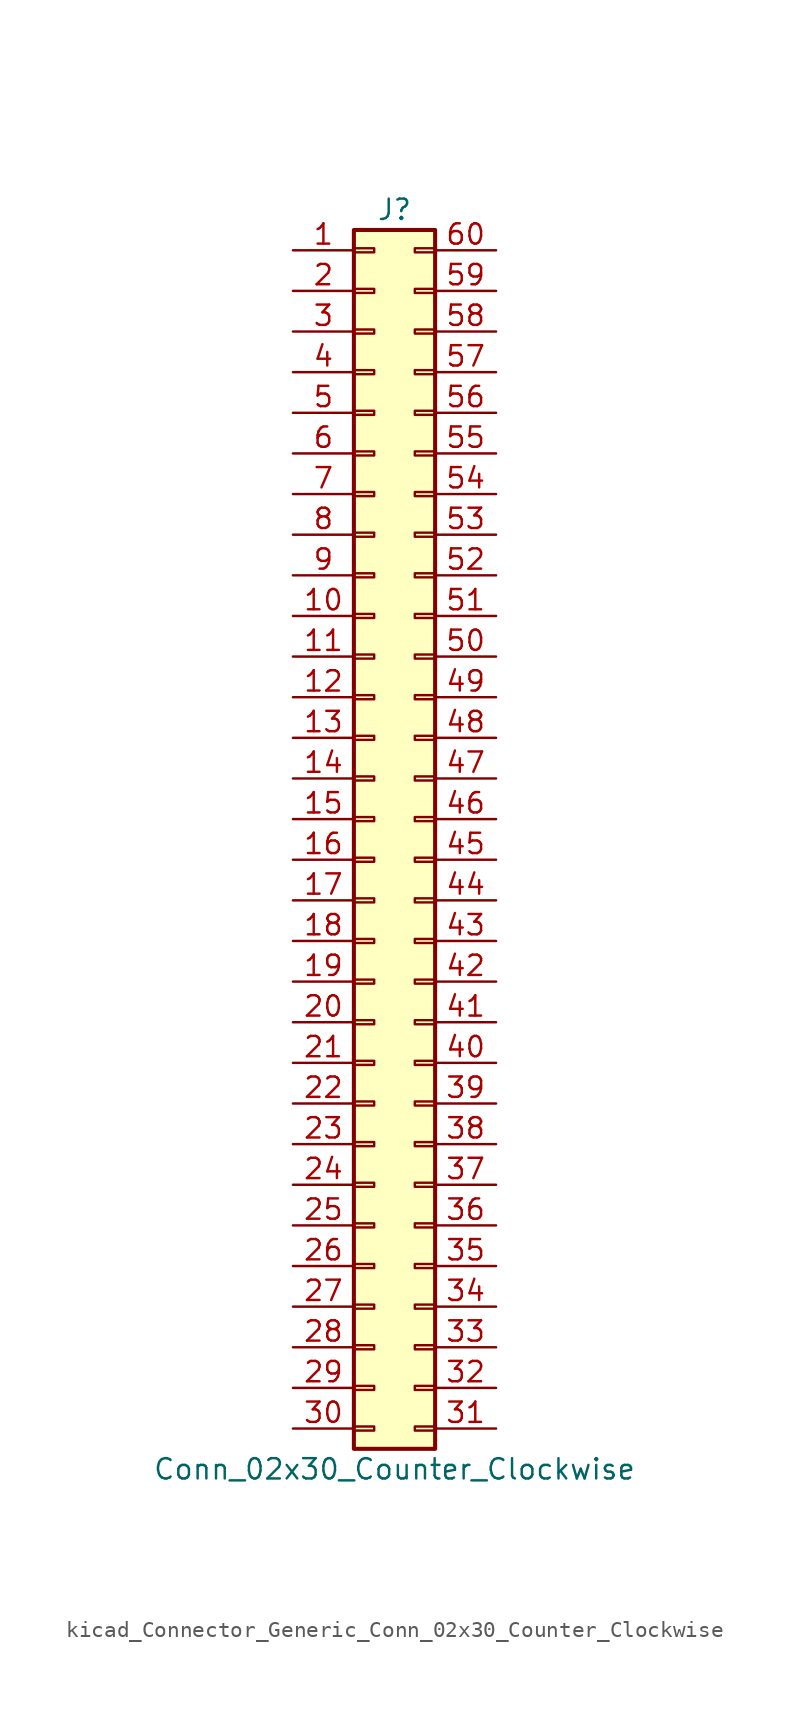
<source format=kicad_sym>
(kicad_symbol_lib
  (version 20220914)
  (generator kicad_symbol_editor)
  (symbol "kicad_Connector_Generic_Conn_02x30_Counter_Clockwise"
    (pin_names
      (offset 1.016) hide)
    (property "Reference" "J"
      (at 1.27 38.1 0)
      (effects (font (size 1.27 1.27))))
    (property "Value" "Conn_02x30_Counter_Clockwise"
      (at 1.27 -40.64 0)
      (effects (font (size 1.27 1.27))))
    (symbol "kicad_Connector_Generic_Conn_02x30_Counter_Clockwise_1_1"
      (rectangle (start -1.27 -37.973) (end 0 -38.227) (stroke (width 0.152) (type default)) (fill (type none)))
      (rectangle (start -1.27 -35.433) (end 0 -35.687) (stroke (width 0.152) (type default)) (fill (type none)))
      (rectangle (start -1.27 -32.893) (end 0 -33.147) (stroke (width 0.152) (type default)) (fill (type none)))
      (rectangle (start -1.27 -30.353) (end 0 -30.607) (stroke (width 0.152) (type default)) (fill (type none)))
      (rectangle (start -1.27 -27.813) (end 0 -28.067) (stroke (width 0.152) (type default)) (fill (type none)))
      (rectangle (start -1.27 -25.273) (end 0 -25.527) (stroke (width 0.152) (type default)) (fill (type none)))
      (rectangle (start -1.27 -22.733) (end 0 -22.987) (stroke (width 0.152) (type default)) (fill (type none)))
      (rectangle (start -1.27 -20.193) (end 0 -20.447) (stroke (width 0.152) (type default)) (fill (type none)))
      (rectangle (start -1.27 -17.653) (end 0 -17.907) (stroke (width 0.152) (type default)) (fill (type none)))
      (rectangle (start -1.27 -15.113) (end 0 -15.367) (stroke (width 0.152) (type default)) (fill (type none)))
      (rectangle (start -1.27 -12.573) (end 0 -12.827) (stroke (width 0.152) (type default)) (fill (type none)))
      (rectangle (start -1.27 -10.033) (end 0 -10.287) (stroke (width 0.152) (type default)) (fill (type none)))
      (rectangle (start -1.27 -7.493) (end 0 -7.747) (stroke (width 0.152) (type default)) (fill (type none)))
      (rectangle (start -1.27 -4.953) (end 0 -5.207) (stroke (width 0.152) (type default)) (fill (type none)))
      (rectangle (start -1.27 -2.413) (end 0 -2.667) (stroke (width 0.152) (type default)) (fill (type none)))
      (rectangle (start -1.27 0.127) (end 0 -0.127) (stroke (width 0.152) (type default)) (fill (type none)))
      (rectangle (start -1.27 2.667) (end 0 2.413) (stroke (width 0.152) (type default)) (fill (type none)))
      (rectangle (start -1.27 5.207) (end 0 4.953) (stroke (width 0.152) (type default)) (fill (type none)))
      (rectangle (start -1.27 7.747) (end 0 7.493) (stroke (width 0.152) (type default)) (fill (type none)))
      (rectangle (start -1.27 10.287) (end 0 10.033) (stroke (width 0.152) (type default)) (fill (type none)))
      (rectangle (start -1.27 12.827) (end 0 12.573) (stroke (width 0.152) (type default)) (fill (type none)))
      (rectangle (start -1.27 15.367) (end 0 15.113) (stroke (width 0.152) (type default)) (fill (type none)))
      (rectangle (start -1.27 17.907) (end 0 17.653) (stroke (width 0.152) (type default)) (fill (type none)))
      (rectangle (start -1.27 20.447) (end 0 20.193) (stroke (width 0.152) (type default)) (fill (type none)))
      (rectangle (start -1.27 22.987) (end 0 22.733) (stroke (width 0.152) (type default)) (fill (type none)))
      (rectangle (start -1.27 25.527) (end 0 25.273) (stroke (width 0.152) (type default)) (fill (type none)))
      (rectangle (start -1.27 28.067) (end 0 27.813) (stroke (width 0.152) (type default)) (fill (type none)))
      (rectangle (start -1.27 30.607) (end 0 30.353) (stroke (width 0.152) (type default)) (fill (type none)))
      (rectangle (start -1.27 33.147) (end 0 32.893) (stroke (width 0.152) (type default)) (fill (type none)))
      (rectangle (start -1.27 35.687) (end 0 35.433) (stroke (width 0.152) (type default)) (fill (type none)))
      (rectangle (start -1.27 36.83) (end 3.81 -39.37) (stroke (width 0.254) (type default)) (fill (type background)))
      (rectangle (start 3.81 -37.973) (end 2.54 -38.227) (stroke (width 0.152) (type default)) (fill (type none)))
      (rectangle (start 3.81 -35.433) (end 2.54 -35.687) (stroke (width 0.152) (type default)) (fill (type none)))
      (rectangle (start 3.81 -32.893) (end 2.54 -33.147) (stroke (width 0.152) (type default)) (fill (type none)))
      (rectangle (start 3.81 -30.353) (end 2.54 -30.607) (stroke (width 0.152) (type default)) (fill (type none)))
      (rectangle (start 3.81 -27.813) (end 2.54 -28.067) (stroke (width 0.152) (type default)) (fill (type none)))
      (rectangle (start 3.81 -25.273) (end 2.54 -25.527) (stroke (width 0.152) (type default)) (fill (type none)))
      (rectangle (start 3.81 -22.733) (end 2.54 -22.987) (stroke (width 0.152) (type default)) (fill (type none)))
      (rectangle (start 3.81 -20.193) (end 2.54 -20.447) (stroke (width 0.152) (type default)) (fill (type none)))
      (rectangle (start 3.81 -17.653) (end 2.54 -17.907) (stroke (width 0.152) (type default)) (fill (type none)))
      (rectangle (start 3.81 -15.113) (end 2.54 -15.367) (stroke (width 0.152) (type default)) (fill (type none)))
      (rectangle (start 3.81 -12.573) (end 2.54 -12.827) (stroke (width 0.152) (type default)) (fill (type none)))
      (rectangle (start 3.81 -10.033) (end 2.54 -10.287) (stroke (width 0.152) (type default)) (fill (type none)))
      (rectangle (start 3.81 -7.493) (end 2.54 -7.747) (stroke (width 0.152) (type default)) (fill (type none)))
      (rectangle (start 3.81 -4.953) (end 2.54 -5.207) (stroke (width 0.152) (type default)) (fill (type none)))
      (rectangle (start 3.81 -2.413) (end 2.54 -2.667) (stroke (width 0.152) (type default)) (fill (type none)))
      (rectangle (start 3.81 0.127) (end 2.54 -0.127) (stroke (width 0.152) (type default)) (fill (type none)))
      (rectangle (start 3.81 2.667) (end 2.54 2.413) (stroke (width 0.152) (type default)) (fill (type none)))
      (rectangle (start 3.81 5.207) (end 2.54 4.953) (stroke (width 0.152) (type default)) (fill (type none)))
      (rectangle (start 3.81 7.747) (end 2.54 7.493) (stroke (width 0.152) (type default)) (fill (type none)))
      (rectangle (start 3.81 10.287) (end 2.54 10.033) (stroke (width 0.152) (type default)) (fill (type none)))
      (rectangle (start 3.81 12.827) (end 2.54 12.573) (stroke (width 0.152) (type default)) (fill (type none)))
      (rectangle (start 3.81 15.367) (end 2.54 15.113) (stroke (width 0.152) (type default)) (fill (type none)))
      (rectangle (start 3.81 17.907) (end 2.54 17.653) (stroke (width 0.152) (type default)) (fill (type none)))
      (rectangle (start 3.81 20.447) (end 2.54 20.193) (stroke (width 0.152) (type default)) (fill (type none)))
      (rectangle (start 3.81 22.987) (end 2.54 22.733) (stroke (width 0.152) (type default)) (fill (type none)))
      (rectangle (start 3.81 25.527) (end 2.54 25.273) (stroke (width 0.152) (type default)) (fill (type none)))
      (rectangle (start 3.81 28.067) (end 2.54 27.813) (stroke (width 0.152) (type default)) (fill (type none)))
      (rectangle (start 3.81 30.607) (end 2.54 30.353) (stroke (width 0.152) (type default)) (fill (type none)))
      (rectangle (start 3.81 33.147) (end 2.54 32.893) (stroke (width 0.152) (type default)) (fill (type none)))
      (rectangle (start 3.81 35.687) (end 2.54 35.433) (stroke (width 0.152) (type default)) (fill (type none)))
      (pin passive line (at -5.08 35.56 0) (length 3.81) (name "Pin_1" (effects (font (size 1.27 1.27)))) (number "1" (effects (font (size 1.27 1.27)))))
      (pin passive line (at -5.08 12.7 0) (length 3.81) (name "Pin_10" (effects (font (size 1.27 1.27)))) (number "10" (effects (font (size 1.27 1.27)))))
      (pin passive line (at -5.08 10.16 0) (length 3.81) (name "Pin_11" (effects (font (size 1.27 1.27)))) (number "11" (effects (font (size 1.27 1.27)))))
      (pin passive line (at -5.08 7.62 0) (length 3.81) (name "Pin_12" (effects (font (size 1.27 1.27)))) (number "12" (effects (font (size 1.27 1.27)))))
      (pin passive line (at -5.08 5.08 0) (length 3.81) (name "Pin_13" (effects (font (size 1.27 1.27)))) (number "13" (effects (font (size 1.27 1.27)))))
      (pin passive line (at -5.08 2.54 0) (length 3.81) (name "Pin_14" (effects (font (size 1.27 1.27)))) (number "14" (effects (font (size 1.27 1.27)))))
      (pin passive line (at -5.08 0 0) (length 3.81) (name "Pin_15" (effects (font (size 1.27 1.27)))) (number "15" (effects (font (size 1.27 1.27)))))
      (pin passive line (at -5.08 -2.54 0) (length 3.81) (name "Pin_16" (effects (font (size 1.27 1.27)))) (number "16" (effects (font (size 1.27 1.27)))))
      (pin passive line (at -5.08 -5.08 0) (length 3.81) (name "Pin_17" (effects (font (size 1.27 1.27)))) (number "17" (effects (font (size 1.27 1.27)))))
      (pin passive line (at -5.08 -7.62 0) (length 3.81) (name "Pin_18" (effects (font (size 1.27 1.27)))) (number "18" (effects (font (size 1.27 1.27)))))
      (pin passive line (at -5.08 -10.16 0) (length 3.81) (name "Pin_19" (effects (font (size 1.27 1.27)))) (number "19" (effects (font (size 1.27 1.27)))))
      (pin passive line (at -5.08 33.02 0) (length 3.81) (name "Pin_2" (effects (font (size 1.27 1.27)))) (number "2" (effects (font (size 1.27 1.27)))))
      (pin passive line (at -5.08 -12.7 0) (length 3.81) (name "Pin_20" (effects (font (size 1.27 1.27)))) (number "20" (effects (font (size 1.27 1.27)))))
      (pin passive line (at -5.08 -15.24 0) (length 3.81) (name "Pin_21" (effects (font (size 1.27 1.27)))) (number "21" (effects (font (size 1.27 1.27)))))
      (pin passive line (at -5.08 -17.78 0) (length 3.81) (name "Pin_22" (effects (font (size 1.27 1.27)))) (number "22" (effects (font (size 1.27 1.27)))))
      (pin passive line (at -5.08 -20.32 0) (length 3.81) (name "Pin_23" (effects (font (size 1.27 1.27)))) (number "23" (effects (font (size 1.27 1.27)))))
      (pin passive line (at -5.08 -22.86 0) (length 3.81) (name "Pin_24" (effects (font (size 1.27 1.27)))) (number "24" (effects (font (size 1.27 1.27)))))
      (pin passive line (at -5.08 -25.4 0) (length 3.81) (name "Pin_25" (effects (font (size 1.27 1.27)))) (number "25" (effects (font (size 1.27 1.27)))))
      (pin passive line (at -5.08 -27.94 0) (length 3.81) (name "Pin_26" (effects (font (size 1.27 1.27)))) (number "26" (effects (font (size 1.27 1.27)))))
      (pin passive line (at -5.08 -30.48 0) (length 3.81) (name "Pin_27" (effects (font (size 1.27 1.27)))) (number "27" (effects (font (size 1.27 1.27)))))
      (pin passive line (at -5.08 -33.02 0) (length 3.81) (name "Pin_28" (effects (font (size 1.27 1.27)))) (number "28" (effects (font (size 1.27 1.27)))))
      (pin passive line (at -5.08 -35.56 0) (length 3.81) (name "Pin_29" (effects (font (size 1.27 1.27)))) (number "29" (effects (font (size 1.27 1.27)))))
      (pin passive line (at -5.08 30.48 0) (length 3.81) (name "Pin_3" (effects (font (size 1.27 1.27)))) (number "3" (effects (font (size 1.27 1.27)))))
      (pin passive line (at -5.08 -38.1 0) (length 3.81) (name "Pin_30" (effects (font (size 1.27 1.27)))) (number "30" (effects (font (size 1.27 1.27)))))
      (pin passive line (at 7.62 -38.1 180) (length 3.81) (name "Pin_31" (effects (font (size 1.27 1.27)))) (number "31" (effects (font (size 1.27 1.27)))))
      (pin passive line (at 7.62 -35.56 180) (length 3.81) (name "Pin_32" (effects (font (size 1.27 1.27)))) (number "32" (effects (font (size 1.27 1.27)))))
      (pin passive line (at 7.62 -33.02 180) (length 3.81) (name "Pin_33" (effects (font (size 1.27 1.27)))) (number "33" (effects (font (size 1.27 1.27)))))
      (pin passive line (at 7.62 -30.48 180) (length 3.81) (name "Pin_34" (effects (font (size 1.27 1.27)))) (number "34" (effects (font (size 1.27 1.27)))))
      (pin passive line (at 7.62 -27.94 180) (length 3.81) (name "Pin_35" (effects (font (size 1.27 1.27)))) (number "35" (effects (font (size 1.27 1.27)))))
      (pin passive line (at 7.62 -25.4 180) (length 3.81) (name "Pin_36" (effects (font (size 1.27 1.27)))) (number "36" (effects (font (size 1.27 1.27)))))
      (pin passive line (at 7.62 -22.86 180) (length 3.81) (name "Pin_37" (effects (font (size 1.27 1.27)))) (number "37" (effects (font (size 1.27 1.27)))))
      (pin passive line (at 7.62 -20.32 180) (length 3.81) (name "Pin_38" (effects (font (size 1.27 1.27)))) (number "38" (effects (font (size 1.27 1.27)))))
      (pin passive line (at 7.62 -17.78 180) (length 3.81) (name "Pin_39" (effects (font (size 1.27 1.27)))) (number "39" (effects (font (size 1.27 1.27)))))
      (pin passive line (at -5.08 27.94 0) (length 3.81) (name "Pin_4" (effects (font (size 1.27 1.27)))) (number "4" (effects (font (size 1.27 1.27)))))
      (pin passive line (at 7.62 -15.24 180) (length 3.81) (name "Pin_40" (effects (font (size 1.27 1.27)))) (number "40" (effects (font (size 1.27 1.27)))))
      (pin passive line (at 7.62 -12.7 180) (length 3.81) (name "Pin_41" (effects (font (size 1.27 1.27)))) (number "41" (effects (font (size 1.27 1.27)))))
      (pin passive line (at 7.62 -10.16 180) (length 3.81) (name "Pin_42" (effects (font (size 1.27 1.27)))) (number "42" (effects (font (size 1.27 1.27)))))
      (pin passive line (at 7.62 -7.62 180) (length 3.81) (name "Pin_43" (effects (font (size 1.27 1.27)))) (number "43" (effects (font (size 1.27 1.27)))))
      (pin passive line (at 7.62 -5.08 180) (length 3.81) (name "Pin_44" (effects (font (size 1.27 1.27)))) (number "44" (effects (font (size 1.27 1.27)))))
      (pin passive line (at 7.62 -2.54 180) (length 3.81) (name "Pin_45" (effects (font (size 1.27 1.27)))) (number "45" (effects (font (size 1.27 1.27)))))
      (pin passive line (at 7.62 0 180) (length 3.81) (name "Pin_46" (effects (font (size 1.27 1.27)))) (number "46" (effects (font (size 1.27 1.27)))))
      (pin passive line (at 7.62 2.54 180) (length 3.81) (name "Pin_47" (effects (font (size 1.27 1.27)))) (number "47" (effects (font (size 1.27 1.27)))))
      (pin passive line (at 7.62 5.08 180) (length 3.81) (name "Pin_48" (effects (font (size 1.27 1.27)))) (number "48" (effects (font (size 1.27 1.27)))))
      (pin passive line (at 7.62 7.62 180) (length 3.81) (name "Pin_49" (effects (font (size 1.27 1.27)))) (number "49" (effects (font (size 1.27 1.27)))))
      (pin passive line (at -5.08 25.4 0) (length 3.81) (name "Pin_5" (effects (font (size 1.27 1.27)))) (number "5" (effects (font (size 1.27 1.27)))))
      (pin passive line (at 7.62 10.16 180) (length 3.81) (name "Pin_50" (effects (font (size 1.27 1.27)))) (number "50" (effects (font (size 1.27 1.27)))))
      (pin passive line (at 7.62 12.7 180) (length 3.81) (name "Pin_51" (effects (font (size 1.27 1.27)))) (number "51" (effects (font (size 1.27 1.27)))))
      (pin passive line (at 7.62 15.24 180) (length 3.81) (name "Pin_52" (effects (font (size 1.27 1.27)))) (number "52" (effects (font (size 1.27 1.27)))))
      (pin passive line (at 7.62 17.78 180) (length 3.81) (name "Pin_53" (effects (font (size 1.27 1.27)))) (number "53" (effects (font (size 1.27 1.27)))))
      (pin passive line (at 7.62 20.32 180) (length 3.81) (name "Pin_54" (effects (font (size 1.27 1.27)))) (number "54" (effects (font (size 1.27 1.27)))))
      (pin passive line (at 7.62 22.86 180) (length 3.81) (name "Pin_55" (effects (font (size 1.27 1.27)))) (number "55" (effects (font (size 1.27 1.27)))))
      (pin passive line (at 7.62 25.4 180) (length 3.81) (name "Pin_56" (effects (font (size 1.27 1.27)))) (number "56" (effects (font (size 1.27 1.27)))))
      (pin passive line (at 7.62 27.94 180) (length 3.81) (name "Pin_57" (effects (font (size 1.27 1.27)))) (number "57" (effects (font (size 1.27 1.27)))))
      (pin passive line (at 7.62 30.48 180) (length 3.81) (name "Pin_58" (effects (font (size 1.27 1.27)))) (number "58" (effects (font (size 1.27 1.27)))))
      (pin passive line (at 7.62 33.02 180) (length 3.81) (name "Pin_59" (effects (font (size 1.27 1.27)))) (number "59" (effects (font (size 1.27 1.27)))))
      (pin passive line (at -5.08 22.86 0) (length 3.81) (name "Pin_6" (effects (font (size 1.27 1.27)))) (number "6" (effects (font (size 1.27 1.27)))))
      (pin passive line (at 7.62 35.56 180) (length 3.81) (name "Pin_60" (effects (font (size 1.27 1.27)))) (number "60" (effects (font (size 1.27 1.27)))))
      (pin passive line (at -5.08 20.32 0) (length 3.81) (name "Pin_7" (effects (font (size 1.27 1.27)))) (number "7" (effects (font (size 1.27 1.27)))))
      (pin passive line (at -5.08 17.78 0) (length 3.81) (name "Pin_8" (effects (font (size 1.27 1.27)))) (number "8" (effects (font (size 1.27 1.27)))))
      (pin passive line (at -5.08 15.24 0) (length 3.81) (name "Pin_9" (effects (font (size 1.27 1.27)))) (number "9" (effects (font (size 1.27 1.27))))))))
</source>
